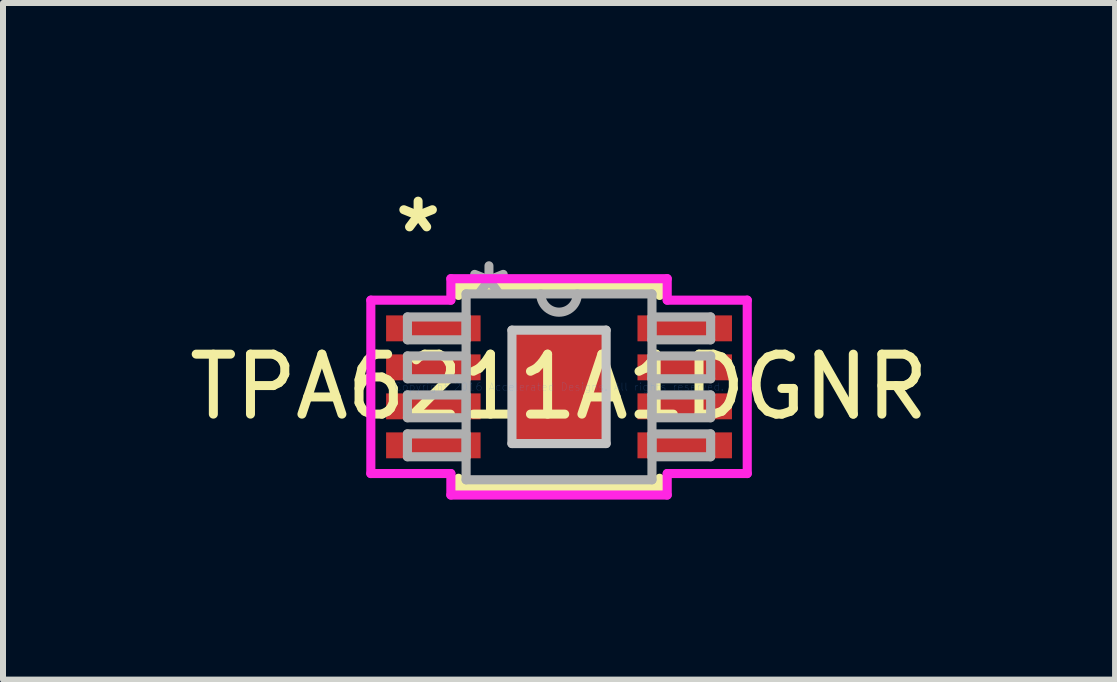
<source format=kicad_pcb>
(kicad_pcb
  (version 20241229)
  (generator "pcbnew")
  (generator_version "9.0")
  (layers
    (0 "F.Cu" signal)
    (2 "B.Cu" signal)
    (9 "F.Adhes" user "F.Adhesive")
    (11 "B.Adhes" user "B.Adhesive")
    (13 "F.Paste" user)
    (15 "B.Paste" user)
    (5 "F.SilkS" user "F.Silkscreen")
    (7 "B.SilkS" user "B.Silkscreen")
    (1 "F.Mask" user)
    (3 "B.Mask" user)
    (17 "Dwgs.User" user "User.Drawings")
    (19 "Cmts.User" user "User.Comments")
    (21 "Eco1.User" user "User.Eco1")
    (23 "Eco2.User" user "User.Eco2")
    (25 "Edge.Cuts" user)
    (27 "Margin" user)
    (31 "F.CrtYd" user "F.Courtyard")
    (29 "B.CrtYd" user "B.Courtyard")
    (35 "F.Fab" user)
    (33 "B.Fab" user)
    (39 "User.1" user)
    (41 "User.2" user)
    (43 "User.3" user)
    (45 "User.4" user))
  (footprint "TPA6211A1DGNR"
    (layer "F.Cu")
    (at 6.268 3.398)
    (property "Reference" "TPA6211A1DGNR" (at 0 0 0) (layer "F.SilkS") (effects (font (size 1 1) (thickness 0.15))))
    (attr through_hole)
    (fp_line (start -1.676 -1.676) (end -1.676 -1.524) (stroke (width 0.152) (type solid)) (layer "F.SilkS"))
    (fp_line (start -1.676 1.524) (end -1.676 1.676) (stroke (width 0.152) (type solid)) (layer "F.SilkS"))
    (fp_line (start -1.676 1.676) (end 1.676 1.676) (stroke (width 0.152) (type solid)) (layer "F.SilkS"))
    (fp_line (start 1.676 -1.676) (end -1.676 -1.676) (stroke (width 0.152) (type solid)) (layer "F.SilkS"))
    (fp_line (start 1.676 -1.524) (end 1.676 -1.676) (stroke (width 0.152) (type solid)) (layer "F.SilkS"))
    (fp_line (start 1.676 1.676) (end 1.676 1.524) (stroke (width 0.152) (type solid)) (layer "F.SilkS"))
    (fp_line (start -0.785 -0.945) (end -0.785 0.945) (stroke (width 0.152) (type solid)) (layer "Dwgs.User"))
    (fp_line (start -0.785 0.945) (end 0.785 0.945) (stroke (width 0.152) (type solid)) (layer "Dwgs.User"))
    (fp_line (start 0.785 -0.945) (end -0.785 -0.945) (stroke (width 0.152) (type solid)) (layer "Dwgs.User"))
    (fp_line (start 0.785 0.945) (end 0.785 -0.945) (stroke (width 0.152) (type solid)) (layer "Dwgs.User"))
    (fp_line (start -3.137 -1.445) (end -1.803 -1.445) (stroke (width 0.152) (type solid)) (layer "F.CrtYd"))
    (fp_line (start -3.137 1.445) (end -3.137 -1.445) (stroke (width 0.152) (type solid)) (layer "F.CrtYd"))
    (fp_line (start -1.803 -1.803) (end 1.803 -1.803) (stroke (width 0.152) (type solid)) (layer "F.CrtYd"))
    (fp_line (start -1.803 -1.445) (end -1.803 -1.803) (stroke (width 0.152) (type solid)) (layer "F.CrtYd"))
    (fp_line (start -1.803 1.445) (end -3.137 1.445) (stroke (width 0.152) (type solid)) (layer "F.CrtYd"))
    (fp_line (start -1.803 1.803) (end -1.803 1.445) (stroke (width 0.152) (type solid)) (layer "F.CrtYd"))
    (fp_line (start 1.803 -1.803) (end 1.803 -1.445) (stroke (width 0.152) (type solid)) (layer "F.CrtYd"))
    (fp_line (start 1.803 -1.445) (end 3.137 -1.445) (stroke (width 0.152) (type solid)) (layer "F.CrtYd"))
    (fp_line (start 1.803 1.445) (end 1.803 1.803) (stroke (width 0.152) (type solid)) (layer "F.CrtYd"))
    (fp_line (start 1.803 1.803) (end -1.803 1.803) (stroke (width 0.152) (type solid)) (layer "F.CrtYd"))
    (fp_line (start 3.137 -1.445) (end 3.137 1.445) (stroke (width 0.152) (type solid)) (layer "F.CrtYd"))
    (fp_line (start 3.137 1.445) (end 1.803 1.445) (stroke (width 0.152) (type solid)) (layer "F.CrtYd"))
    (fp_line (start -2.527 -1.165) (end -2.527 -0.784) (stroke (width 0.152) (type solid)) (layer "F.Fab"))
    (fp_line (start -2.527 -0.784) (end -1.549 -0.784) (stroke (width 0.152) (type solid)) (layer "F.Fab"))
    (fp_line (start -2.527 -0.515) (end -2.527 -0.135) (stroke (width 0.152) (type solid)) (layer "F.Fab"))
    (fp_line (start -2.527 -0.135) (end -1.549 -0.135) (stroke (width 0.152) (type solid)) (layer "F.Fab"))
    (fp_line (start -2.527 0.135) (end -2.527 0.515) (stroke (width 0.152) (type solid)) (layer "F.Fab"))
    (fp_line (start -2.527 0.515) (end -1.549 0.515) (stroke (width 0.152) (type solid)) (layer "F.Fab"))
    (fp_line (start -2.527 0.784) (end -2.527 1.165) (stroke (width 0.152) (type solid)) (layer "F.Fab"))
    (fp_line (start -2.527 1.165) (end -1.549 1.165) (stroke (width 0.152) (type solid)) (layer "F.Fab"))
    (fp_line (start -1.549 -1.549) (end -1.549 1.549) (stroke (width 0.152) (type solid)) (layer "F.Fab"))
    (fp_line (start -1.549 -1.165) (end -2.527 -1.165) (stroke (width 0.152) (type solid)) (layer "F.Fab"))
    (fp_line (start -1.549 -0.784) (end -1.549 -1.165) (stroke (width 0.152) (type solid)) (layer "F.Fab"))
    (fp_line (start -1.549 -0.515) (end -2.527 -0.515) (stroke (width 0.152) (type solid)) (layer "F.Fab"))
    (fp_line (start -1.549 -0.135) (end -1.549 -0.515) (stroke (width 0.152) (type solid)) (layer "F.Fab"))
    (fp_line (start -1.549 0.135) (end -2.527 0.135) (stroke (width 0.152) (type solid)) (layer "F.Fab"))
    (fp_line (start -1.549 0.515) (end -1.549 0.135) (stroke (width 0.152) (type solid)) (layer "F.Fab"))
    (fp_line (start -1.549 0.784) (end -2.527 0.784) (stroke (width 0.152) (type solid)) (layer "F.Fab"))
    (fp_line (start -1.549 1.165) (end -1.549 0.784) (stroke (width 0.152) (type solid)) (layer "F.Fab"))
    (fp_line (start -1.549 1.549) (end 1.549 1.549) (stroke (width 0.152) (type solid)) (layer "F.Fab"))
    (fp_line (start 1.549 -1.549) (end -1.549 -1.549) (stroke (width 0.152) (type solid)) (layer "F.Fab"))
    (fp_line (start 1.549 -1.165) (end 1.549 -0.784) (stroke (width 0.152) (type solid)) (layer "F.Fab"))
    (fp_line (start 1.549 -0.784) (end 2.527 -0.784) (stroke (width 0.152) (type solid)) (layer "F.Fab"))
    (fp_line (start 1.549 -0.515) (end 1.549 -0.135) (stroke (width 0.152) (type solid)) (layer "F.Fab"))
    (fp_line (start 1.549 -0.135) (end 2.527 -0.135) (stroke (width 0.152) (type solid)) (layer "F.Fab"))
    (fp_line (start 1.549 0.135) (end 1.549 0.515) (stroke (width 0.152) (type solid)) (layer "F.Fab"))
    (fp_line (start 1.549 0.515) (end 2.527 0.515) (stroke (width 0.152) (type solid)) (layer "F.Fab"))
    (fp_line (start 1.549 0.784) (end 1.549 1.165) (stroke (width 0.152) (type solid)) (layer "F.Fab"))
    (fp_line (start 1.549 1.165) (end 2.527 1.165) (stroke (width 0.152) (type solid)) (layer "F.Fab"))
    (fp_line (start 1.549 1.549) (end 1.549 -1.549) (stroke (width 0.152) (type solid)) (layer "F.Fab"))
    (fp_line (start 2.527 -1.165) (end 1.549 -1.165) (stroke (width 0.152) (type solid)) (layer "F.Fab"))
    (fp_line (start 2.527 -0.784) (end 2.527 -1.165) (stroke (width 0.152) (type solid)) (layer "F.Fab"))
    (fp_line (start 2.527 -0.515) (end 1.549 -0.515) (stroke (width 0.152) (type solid)) (layer "F.Fab"))
    (fp_line (start 2.527 -0.135) (end 2.527 -0.515) (stroke (width 0.152) (type solid)) (layer "F.Fab"))
    (fp_line (start 2.527 0.135) (end 1.549 0.135) (stroke (width 0.152) (type solid)) (layer "F.Fab"))
    (fp_line (start 2.527 0.515) (end 2.527 0.135) (stroke (width 0.152) (type solid)) (layer "F.Fab"))
    (fp_line (start 2.527 0.784) (end 1.549 0.784) (stroke (width 0.152) (type solid)) (layer "F.Fab"))
    (fp_line (start 2.527 1.165) (end 2.527 0.784) (stroke (width 0.152) (type solid)) (layer "F.Fab"))
    (fp_arc (start 0.3048 -1.5494) (mid 0 -1.2446) (end -0.3048 -1.5494) (stroke (width 0.1524) (type solid)) (layer "F.Fab"))
    (fp_text user "*" (at -2.349 -2.55 0) (layer "F.SilkS") (effects (font (size 1 1) (thickness 0.15))))
    (fp_text user "Copyright 2016 Accelerated Designs. All rights reserved." (at 0 0 0) (layer "Cmts.User") (effects (font (size 0.127 0.127) (thickness 0.002))))
    (fp_text user "*" (at -1.168 -1.473 0) (layer "F.Fab") (effects (font (size 1 1) (thickness 0.15))))
    (pad "1" smd rect (at -2.095 -0.975) (size 1.575 0.432) (layers "F.Cu" "F.Mask" "F.Paste"))
    (pad "2" smd rect (at -2.095 -0.325) (size 1.575 0.432) (layers "F.Cu" "F.Mask" "F.Paste"))
    (pad "3" smd rect (at -2.095 0.325) (size 1.575 0.432) (layers "F.Cu" "F.Mask" "F.Paste"))
    (pad "4" smd rect (at -2.095 0.975) (size 1.575 0.432) (layers "F.Cu" "F.Mask" "F.Paste"))
    (pad "5" smd rect (at 2.095 0.975) (size 1.575 0.432) (layers "F.Cu" "F.Mask" "F.Paste"))
    (pad "6" smd rect (at 2.095 0.325) (size 1.575 0.432) (layers "F.Cu" "F.Mask" "F.Paste"))
    (pad "7" smd rect (at 2.095 -0.325) (size 1.575 0.432) (layers "F.Cu" "F.Mask" "F.Paste"))
    (pad "8" smd rect (at 2.095 -0.975) (size 1.575 0.432) (layers "F.Cu" "F.Mask" "F.Paste"))
    (pad "EPAD" smd rect (at 0 0) (size 1.57 1.89) (layers "F.Cu" "F.Mask" "F.Paste")))
  (gr_rect
    (start -3 -3)
    (end 15.536 8.278)
    (stroke (width 0.1) (type default))
    (fill no)
    (layer "Edge.Cuts")))
</source>
